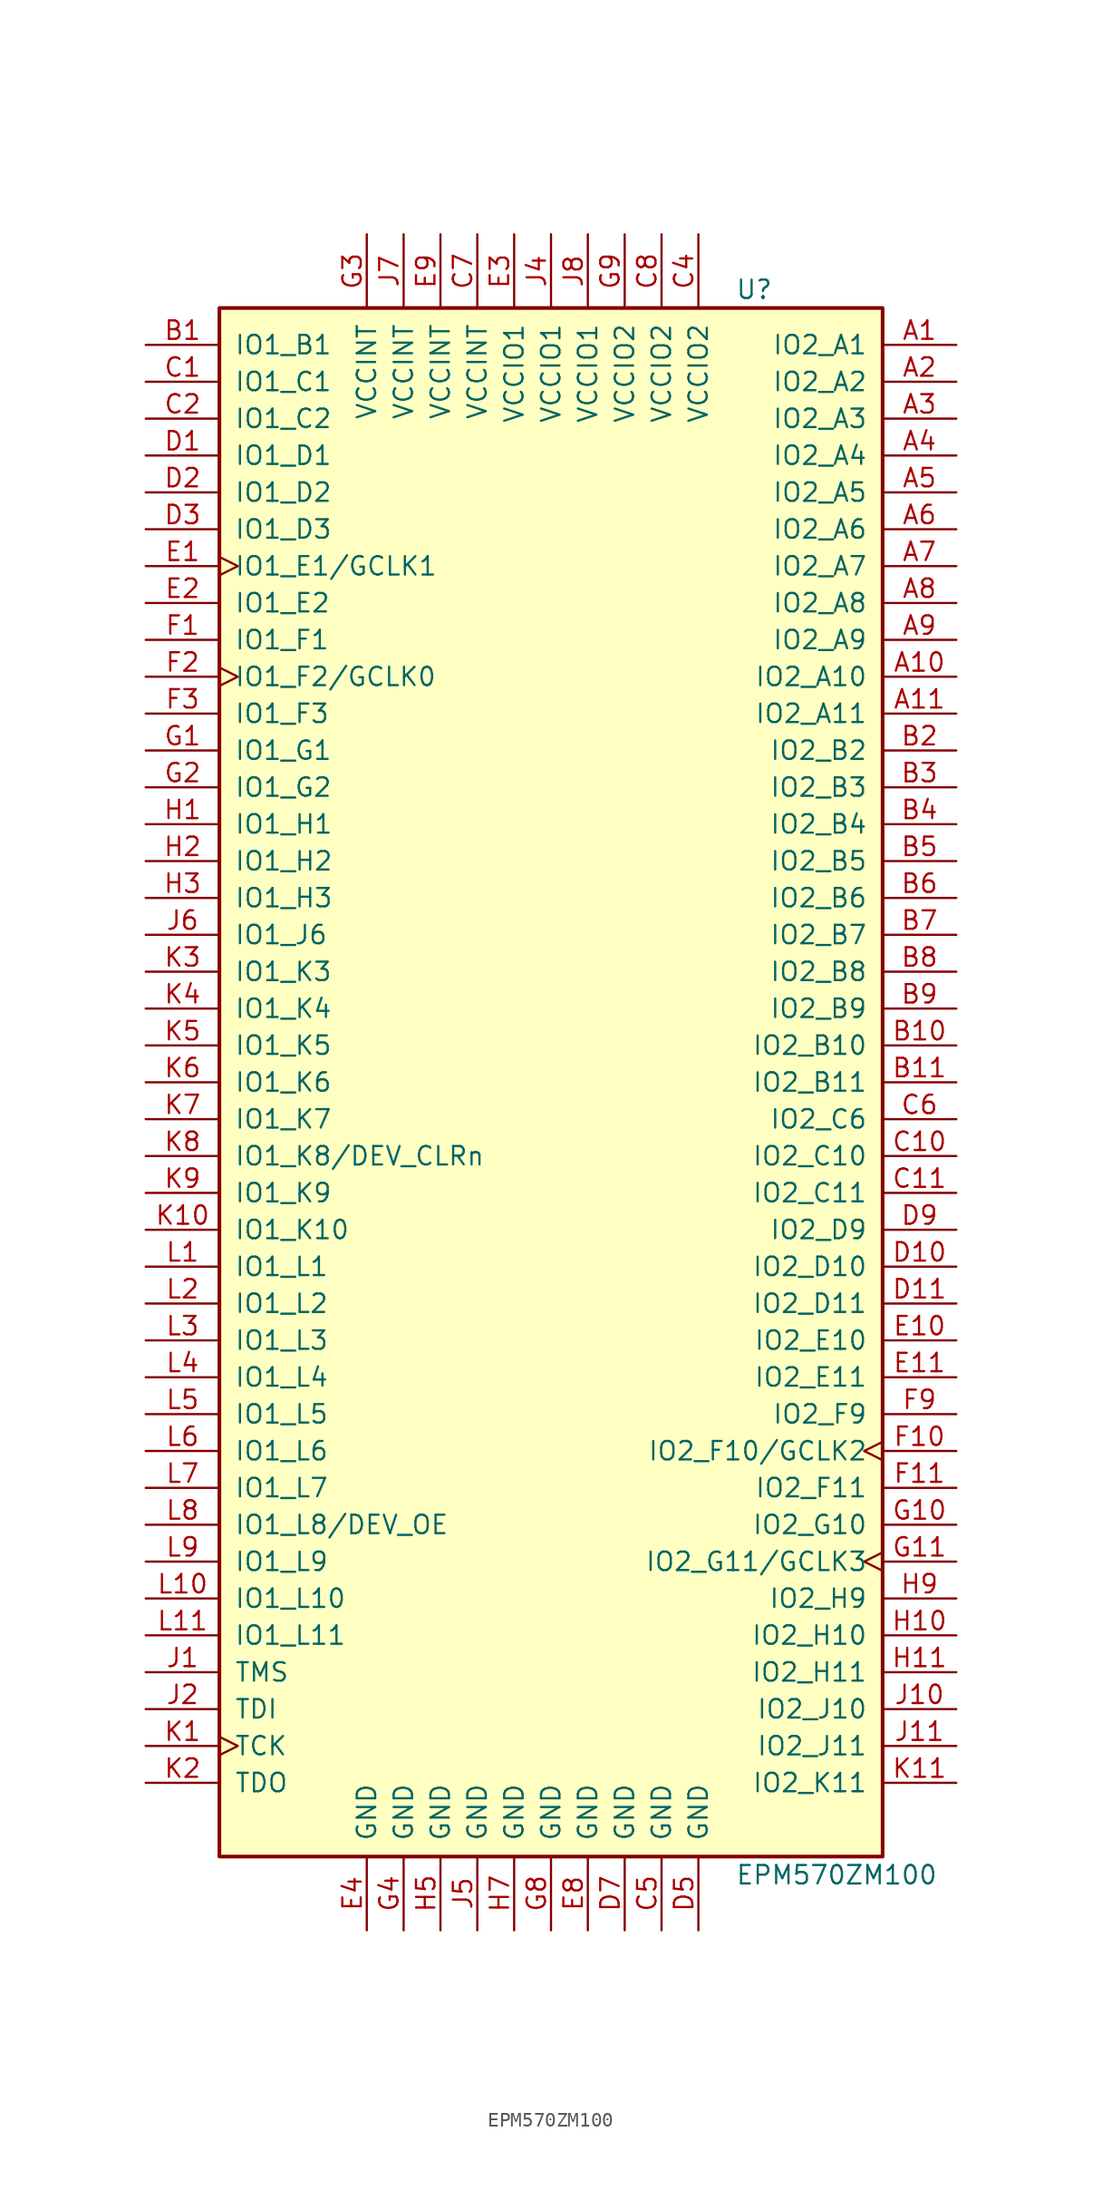
<source format=kicad_sym>
(kicad_symbol_lib
  (version 20201005)
  (generator kicad_symbol_editor)
  (symbol "EPM570ZM100"
    (pin_names
      (offset 1.016))
    (property "Reference" "U"
      (at 12.7 54.61 0)
      (effects (font (size 1.27 1.27)) (justify left)))
    (property "Value" "EPM570ZM100"
      (at 12.7 -54.61 0)
      (effects (font (size 1.27 1.27)) (justify left)))
    (property "ki_locked" ""
      (at 0 0 0)
      (effects (font (size 1.27 1.27))))
    (symbol "EPM570ZM100_1_1"
      (rectangle (start -22.86 53.34) (end 22.86 -53.34) (stroke (width 0.254)) (fill (type background)))
      (pin bidirectional line (at 27.94 50.8 180) (length 5.08) (name "IO2_A1" (effects (font (size 1.27 1.27)))) (number "A1" (effects (font (size 1.27 1.27)))))
      (pin bidirectional line (at 27.94 48.26 180) (length 5.08) (name "IO2_A2" (effects (font (size 1.27 1.27)))) (number "A2" (effects (font (size 1.27 1.27)))))
      (pin bidirectional line (at 27.94 45.72 180) (length 5.08) (name "IO2_A3" (effects (font (size 1.27 1.27)))) (number "A3" (effects (font (size 1.27 1.27)))))
      (pin bidirectional line (at 27.94 43.18 180) (length 5.08) (name "IO2_A4" (effects (font (size 1.27 1.27)))) (number "A4" (effects (font (size 1.27 1.27)))))
      (pin bidirectional line (at 27.94 40.64 180) (length 5.08) (name "IO2_A5" (effects (font (size 1.27 1.27)))) (number "A5" (effects (font (size 1.27 1.27)))))
      (pin bidirectional line (at 27.94 38.1 180) (length 5.08) (name "IO2_A6" (effects (font (size 1.27 1.27)))) (number "A6" (effects (font (size 1.27 1.27)))))
      (pin bidirectional line (at 27.94 35.56 180) (length 5.08) (name "IO2_A7" (effects (font (size 1.27 1.27)))) (number "A7" (effects (font (size 1.27 1.27)))))
      (pin bidirectional line (at 27.94 33.02 180) (length 5.08) (name "IO2_A8" (effects (font (size 1.27 1.27)))) (number "A8" (effects (font (size 1.27 1.27)))))
      (pin bidirectional line (at 27.94 30.48 180) (length 5.08) (name "IO2_A9" (effects (font (size 1.27 1.27)))) (number "A9" (effects (font (size 1.27 1.27)))))
      (pin bidirectional line (at 27.94 27.94 180) (length 5.08) (name "IO2_A10" (effects (font (size 1.27 1.27)))) (number "A10" (effects (font (size 1.27 1.27)))))
      (pin bidirectional line (at 27.94 25.4 180) (length 5.08) (name "IO2_A11" (effects (font (size 1.27 1.27)))) (number "A11" (effects (font (size 1.27 1.27)))))
      (pin bidirectional line (at -27.94 50.8 0) (length 5.08) (name "IO1_B1" (effects (font (size 1.27 1.27)))) (number "B1" (effects (font (size 1.27 1.27)))))
      (pin bidirectional line (at 27.94 22.86 180) (length 5.08) (name "IO2_B2" (effects (font (size 1.27 1.27)))) (number "B2" (effects (font (size 1.27 1.27)))))
      (pin bidirectional line (at 27.94 20.32 180) (length 5.08) (name "IO2_B3" (effects (font (size 1.27 1.27)))) (number "B3" (effects (font (size 1.27 1.27)))))
      (pin bidirectional line (at 27.94 17.78 180) (length 5.08) (name "IO2_B4" (effects (font (size 1.27 1.27)))) (number "B4" (effects (font (size 1.27 1.27)))))
      (pin bidirectional line (at 27.94 15.24 180) (length 5.08) (name "IO2_B5" (effects (font (size 1.27 1.27)))) (number "B5" (effects (font (size 1.27 1.27)))))
      (pin bidirectional line (at 27.94 12.7 180) (length 5.08) (name "IO2_B6" (effects (font (size 1.27 1.27)))) (number "B6" (effects (font (size 1.27 1.27)))))
      (pin bidirectional line (at 27.94 10.16 180) (length 5.08) (name "IO2_B7" (effects (font (size 1.27 1.27)))) (number "B7" (effects (font (size 1.27 1.27)))))
      (pin bidirectional line (at 27.94 7.62 180) (length 5.08) (name "IO2_B8" (effects (font (size 1.27 1.27)))) (number "B8" (effects (font (size 1.27 1.27)))))
      (pin bidirectional line (at 27.94 5.08 180) (length 5.08) (name "IO2_B9" (effects (font (size 1.27 1.27)))) (number "B9" (effects (font (size 1.27 1.27)))))
      (pin bidirectional line (at 27.94 2.54 180) (length 5.08) (name "IO2_B10" (effects (font (size 1.27 1.27)))) (number "B10" (effects (font (size 1.27 1.27)))))
      (pin bidirectional line (at 27.94 0 180) (length 5.08) (name "IO2_B11" (effects (font (size 1.27 1.27)))) (number "B11" (effects (font (size 1.27 1.27)))))
      (pin bidirectional line (at -27.94 48.26 0) (length 5.08) (name "IO1_C1" (effects (font (size 1.27 1.27)))) (number "C1" (effects (font (size 1.27 1.27)))))
      (pin bidirectional line (at -27.94 45.72 0) (length 5.08) (name "IO1_C2" (effects (font (size 1.27 1.27)))) (number "C2" (effects (font (size 1.27 1.27)))))
      (pin bidirectional line (at 27.94 -2.54 180) (length 5.08) (name "IO2_C6" (effects (font (size 1.27 1.27)))) (number "C6" (effects (font (size 1.27 1.27)))))
      (pin bidirectional line (at 27.94 -5.08 180) (length 5.08) (name "IO2_C10" (effects (font (size 1.27 1.27)))) (number "C10" (effects (font (size 1.27 1.27)))))
      (pin bidirectional line (at 27.94 -7.62 180) (length 5.08) (name "IO2_C11" (effects (font (size 1.27 1.27)))) (number "C11" (effects (font (size 1.27 1.27)))))
      (pin bidirectional line (at -27.94 43.18 0) (length 5.08) (name "IO1_D1" (effects (font (size 1.27 1.27)))) (number "D1" (effects (font (size 1.27 1.27)))))
      (pin bidirectional line (at -27.94 40.64 0) (length 5.08) (name "IO1_D2" (effects (font (size 1.27 1.27)))) (number "D2" (effects (font (size 1.27 1.27)))))
      (pin bidirectional line (at -27.94 38.1 0) (length 5.08) (name "IO1_D3" (effects (font (size 1.27 1.27)))) (number "D3" (effects (font (size 1.27 1.27)))))
      (pin bidirectional line (at 27.94 -10.16 180) (length 5.08) (name "IO2_D9" (effects (font (size 1.27 1.27)))) (number "D9" (effects (font (size 1.27 1.27)))))
      (pin bidirectional line (at 27.94 -12.7 180) (length 5.08) (name "IO2_D10" (effects (font (size 1.27 1.27)))) (number "D10" (effects (font (size 1.27 1.27)))))
      (pin bidirectional line (at 27.94 -15.24 180) (length 5.08) (name "IO2_D11" (effects (font (size 1.27 1.27)))) (number "D11" (effects (font (size 1.27 1.27)))))
      (pin bidirectional clock (at -27.94 35.56 0) (length 5.08) (name "IO1_E1/GCLK1" (effects (font (size 1.27 1.27)))) (number "E1" (effects (font (size 1.27 1.27)))))
      (pin bidirectional line (at -27.94 33.02 0) (length 5.08) (name "IO1_E2" (effects (font (size 1.27 1.27)))) (number "E2" (effects (font (size 1.27 1.27)))))
      (pin bidirectional line (at 27.94 -17.78 180) (length 5.08) (name "IO2_E10" (effects (font (size 1.27 1.27)))) (number "E10" (effects (font (size 1.27 1.27)))))
      (pin bidirectional line (at 27.94 -20.32 180) (length 5.08) (name "IO2_E11" (effects (font (size 1.27 1.27)))) (number "E11" (effects (font (size 1.27 1.27)))))
      (pin bidirectional line (at -27.94 30.48 0) (length 5.08) (name "IO1_F1" (effects (font (size 1.27 1.27)))) (number "F1" (effects (font (size 1.27 1.27)))))
      (pin bidirectional clock (at -27.94 27.94 0) (length 5.08) (name "IO1_F2/GCLK0" (effects (font (size 1.27 1.27)))) (number "F2" (effects (font (size 1.27 1.27)))))
      (pin bidirectional line (at -27.94 25.4 0) (length 5.08) (name "IO1_F3" (effects (font (size 1.27 1.27)))) (number "F3" (effects (font (size 1.27 1.27)))))
      (pin bidirectional line (at 27.94 -22.86 180) (length 5.08) (name "IO2_F9" (effects (font (size 1.27 1.27)))) (number "F9" (effects (font (size 1.27 1.27)))))
      (pin bidirectional clock (at 27.94 -25.4 180) (length 5.08) (name "IO2_F10/GCLK2" (effects (font (size 1.27 1.27)))) (number "F10" (effects (font (size 1.27 1.27)))))
      (pin bidirectional line (at 27.94 -27.94 180) (length 5.08) (name "IO2_F11" (effects (font (size 1.27 1.27)))) (number "F11" (effects (font (size 1.27 1.27)))))
      (pin bidirectional line (at -27.94 22.86 0) (length 5.08) (name "IO1_G1" (effects (font (size 1.27 1.27)))) (number "G1" (effects (font (size 1.27 1.27)))))
      (pin bidirectional line (at -27.94 20.32 0) (length 5.08) (name "IO1_G2" (effects (font (size 1.27 1.27)))) (number "G2" (effects (font (size 1.27 1.27)))))
      (pin bidirectional line (at 27.94 -30.48 180) (length 5.08) (name "IO2_G10" (effects (font (size 1.27 1.27)))) (number "G10" (effects (font (size 1.27 1.27)))))
      (pin bidirectional clock (at 27.94 -33.02 180) (length 5.08) (name "IO2_G11/GCLK3" (effects (font (size 1.27 1.27)))) (number "G11" (effects (font (size 1.27 1.27)))))
      (pin bidirectional line (at -27.94 17.78 0) (length 5.08) (name "IO1_H1" (effects (font (size 1.27 1.27)))) (number "H1" (effects (font (size 1.27 1.27)))))
      (pin bidirectional line (at -27.94 15.24 0) (length 5.08) (name "IO1_H2" (effects (font (size 1.27 1.27)))) (number "H2" (effects (font (size 1.27 1.27)))))
      (pin bidirectional line (at -27.94 12.7 0) (length 5.08) (name "IO1_H3" (effects (font (size 1.27 1.27)))) (number "H3" (effects (font (size 1.27 1.27)))))
      (pin bidirectional line (at 27.94 -35.56 180) (length 5.08) (name "IO2_H9" (effects (font (size 1.27 1.27)))) (number "H9" (effects (font (size 1.27 1.27)))))
      (pin bidirectional line (at 27.94 -38.1 180) (length 5.08) (name "IO2_H10" (effects (font (size 1.27 1.27)))) (number "H10" (effects (font (size 1.27 1.27)))))
      (pin bidirectional line (at 27.94 -40.64 180) (length 5.08) (name "IO2_H11" (effects (font (size 1.27 1.27)))) (number "H11" (effects (font (size 1.27 1.27)))))
      (pin bidirectional line (at -27.94 10.16 0) (length 5.08) (name "IO1_J6" (effects (font (size 1.27 1.27)))) (number "J6" (effects (font (size 1.27 1.27)))))
      (pin bidirectional line (at 27.94 -43.18 180) (length 5.08) (name "IO2_J10" (effects (font (size 1.27 1.27)))) (number "J10" (effects (font (size 1.27 1.27)))))
      (pin bidirectional line (at 27.94 -45.72 180) (length 5.08) (name "IO2_J11" (effects (font (size 1.27 1.27)))) (number "J11" (effects (font (size 1.27 1.27)))))
      (pin bidirectional line (at -27.94 7.62 0) (length 5.08) (name "IO1_K3" (effects (font (size 1.27 1.27)))) (number "K3" (effects (font (size 1.27 1.27)))))
      (pin bidirectional line (at -27.94 5.08 0) (length 5.08) (name "IO1_K4" (effects (font (size 1.27 1.27)))) (number "K4" (effects (font (size 1.27 1.27)))))
      (pin bidirectional line (at -27.94 2.54 0) (length 5.08) (name "IO1_K5" (effects (font (size 1.27 1.27)))) (number "K5" (effects (font (size 1.27 1.27)))))
      (pin bidirectional line (at -27.94 0 0) (length 5.08) (name "IO1_K6" (effects (font (size 1.27 1.27)))) (number "K6" (effects (font (size 1.27 1.27)))))
      (pin bidirectional line (at -27.94 -2.54 0) (length 5.08) (name "IO1_K7" (effects (font (size 1.27 1.27)))) (number "K7" (effects (font (size 1.27 1.27)))))
      (pin bidirectional line (at -27.94 -5.08 0) (length 5.08) (name "IO1_K8/DEV_CLRn" (effects (font (size 1.27 1.27)))) (number "K8" (effects (font (size 1.27 1.27)))))
      (pin bidirectional line (at -27.94 -7.62 0) (length 5.08) (name "IO1_K9" (effects (font (size 1.27 1.27)))) (number "K9" (effects (font (size 1.27 1.27)))))
      (pin bidirectional line (at -27.94 -10.16 0) (length 5.08) (name "IO1_K10" (effects (font (size 1.27 1.27)))) (number "K10" (effects (font (size 1.27 1.27)))))
      (pin bidirectional line (at 27.94 -48.26 180) (length 5.08) (name "IO2_K11" (effects (font (size 1.27 1.27)))) (number "K11" (effects (font (size 1.27 1.27)))))
      (pin bidirectional line (at -27.94 -12.7 0) (length 5.08) (name "IO1_L1" (effects (font (size 1.27 1.27)))) (number "L1" (effects (font (size 1.27 1.27)))))
      (pin bidirectional line (at -27.94 -15.24 0) (length 5.08) (name "IO1_L2" (effects (font (size 1.27 1.27)))) (number "L2" (effects (font (size 1.27 1.27)))))
      (pin bidirectional line (at -27.94 -17.78 0) (length 5.08) (name "IO1_L3" (effects (font (size 1.27 1.27)))) (number "L3" (effects (font (size 1.27 1.27)))))
      (pin bidirectional line (at -27.94 -20.32 0) (length 5.08) (name "IO1_L4" (effects (font (size 1.27 1.27)))) (number "L4" (effects (font (size 1.27 1.27)))))
      (pin bidirectional line (at -27.94 -22.86 0) (length 5.08) (name "IO1_L5" (effects (font (size 1.27 1.27)))) (number "L5" (effects (font (size 1.27 1.27)))))
      (pin bidirectional line (at -27.94 -25.4 0) (length 5.08) (name "IO1_L6" (effects (font (size 1.27 1.27)))) (number "L6" (effects (font (size 1.27 1.27)))))
      (pin bidirectional line (at -27.94 -27.94 0) (length 5.08) (name "IO1_L7" (effects (font (size 1.27 1.27)))) (number "L7" (effects (font (size 1.27 1.27)))))
      (pin bidirectional line (at -27.94 -30.48 0) (length 5.08) (name "IO1_L8/DEV_OE" (effects (font (size 1.27 1.27)))) (number "L8" (effects (font (size 1.27 1.27)))))
      (pin bidirectional line (at -27.94 -33.02 0) (length 5.08) (name "IO1_L9" (effects (font (size 1.27 1.27)))) (number "L9" (effects (font (size 1.27 1.27)))))
      (pin bidirectional line (at -27.94 -35.56 0) (length 5.08) (name "IO1_L10" (effects (font (size 1.27 1.27)))) (number "L10" (effects (font (size 1.27 1.27)))))
      (pin bidirectional line (at -27.94 -38.1 0) (length 5.08) (name "IO1_L11" (effects (font (size 1.27 1.27)))) (number "L11" (effects (font (size 1.27 1.27)))))
      (pin input line (at -27.94 -40.64 0) (length 5.08) (name "TMS" (effects (font (size 1.27 1.27)))) (number "J1" (effects (font (size 1.27 1.27)))))
      (pin input line (at -27.94 -43.18 0) (length 5.08) (name "TDI" (effects (font (size 1.27 1.27)))) (number "J2" (effects (font (size 1.27 1.27)))))
      (pin input clock (at -27.94 -45.72 0) (length 5.08) (name "TCK" (effects (font (size 1.27 1.27)))) (number "K1" (effects (font (size 1.27 1.27)))))
      (pin output line (at -27.94 -48.26 0) (length 5.08) (name "TDO" (effects (font (size 1.27 1.27)))) (number "K2" (effects (font (size 1.27 1.27)))))
      (pin power_in line (at -12.7 -58.42 90) (length 5.08) (name "GND" (effects (font (size 1.27 1.27)))) (number "E4" (effects (font (size 1.27 1.27)))))
      (pin power_in line (at -10.16 -58.42 90) (length 5.08) (name "GND" (effects (font (size 1.27 1.27)))) (number "G4" (effects (font (size 1.27 1.27)))))
      (pin power_in line (at -7.62 -58.42 90) (length 5.08) (name "GND" (effects (font (size 1.27 1.27)))) (number "H5" (effects (font (size 1.27 1.27)))))
      (pin power_in line (at -5.08 -58.42 90) (length 5.08) (name "GND" (effects (font (size 1.27 1.27)))) (number "J5" (effects (font (size 1.27 1.27)))))
      (pin power_in line (at -2.54 -58.42 90) (length 5.08) (name "GND" (effects (font (size 1.27 1.27)))) (number "H7" (effects (font (size 1.27 1.27)))))
      (pin power_in line (at 0 -58.42 90) (length 5.08) (name "GND" (effects (font (size 1.27 1.27)))) (number "G8" (effects (font (size 1.27 1.27)))))
      (pin power_in line (at 2.54 -58.42 90) (length 5.08) (name "GND" (effects (font (size 1.27 1.27)))) (number "E8" (effects (font (size 1.27 1.27)))))
      (pin power_in line (at 5.08 -58.42 90) (length 5.08) (name "GND" (effects (font (size 1.27 1.27)))) (number "D7" (effects (font (size 1.27 1.27)))))
      (pin power_in line (at 7.62 -58.42 90) (length 5.08) (name "GND" (effects (font (size 1.27 1.27)))) (number "C5" (effects (font (size 1.27 1.27)))))
      (pin power_in line (at 10.16 -58.42 90) (length 5.08) (name "GND" (effects (font (size 1.27 1.27)))) (number "D5" (effects (font (size 1.27 1.27)))))
      (pin power_in line (at -12.7 58.42 270) (length 5.08) (name "VCCINT" (effects (font (size 1.27 1.27)))) (number "G3" (effects (font (size 1.27 1.27)))))
      (pin power_in line (at -10.16 58.42 270) (length 5.08) (name "VCCINT" (effects (font (size 1.27 1.27)))) (number "J7" (effects (font (size 1.27 1.27)))))
      (pin power_in line (at -7.62 58.42 270) (length 5.08) (name "VCCINT" (effects (font (size 1.27 1.27)))) (number "E9" (effects (font (size 1.27 1.27)))))
      (pin power_in line (at -5.08 58.42 270) (length 5.08) (name "VCCINT" (effects (font (size 1.27 1.27)))) (number "C7" (effects (font (size 1.27 1.27)))))
      (pin power_in line (at -2.54 58.42 270) (length 5.08) (name "VCCIO1" (effects (font (size 1.27 1.27)))) (number "E3" (effects (font (size 1.27 1.27)))))
      (pin power_in line (at 0 58.42 270) (length 5.08) (name "VCCIO1" (effects (font (size 1.27 1.27)))) (number "J4" (effects (font (size 1.27 1.27)))))
      (pin power_in line (at 2.54 58.42 270) (length 5.08) (name "VCCIO1" (effects (font (size 1.27 1.27)))) (number "J8" (effects (font (size 1.27 1.27)))))
      (pin power_in line (at 5.08 58.42 270) (length 5.08) (name "VCCIO2" (effects (font (size 1.27 1.27)))) (number "G9" (effects (font (size 1.27 1.27)))))
      (pin power_in line (at 7.62 58.42 270) (length 5.08) (name "VCCIO2" (effects (font (size 1.27 1.27)))) (number "C8" (effects (font (size 1.27 1.27)))))
      (pin power_in line (at 10.16 58.42 270) (length 5.08) (name "VCCIO2" (effects (font (size 1.27 1.27)))) (number "C4" (effects (font (size 1.27 1.27))))))))
</source>
